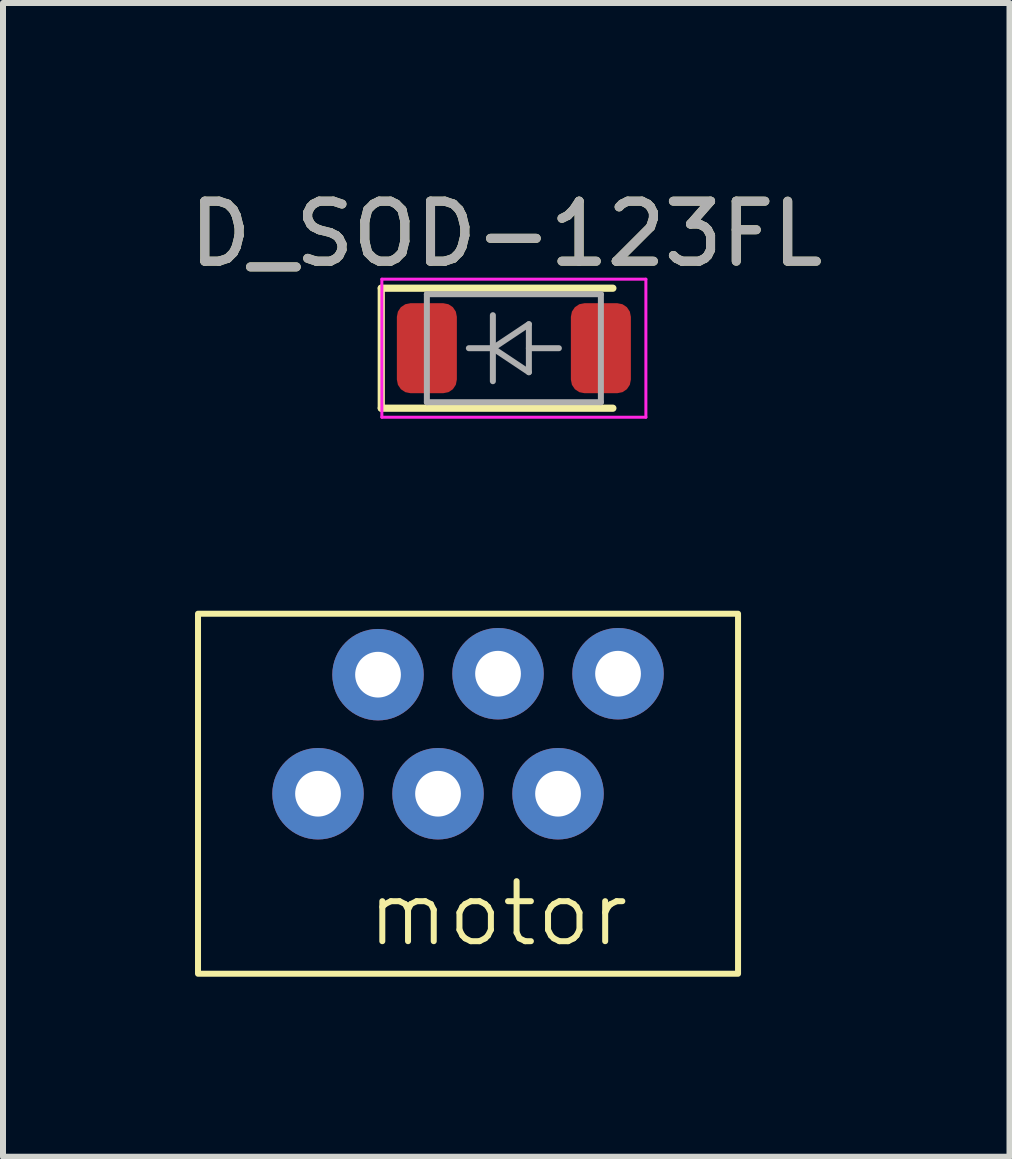
<source format=kicad_pcb>
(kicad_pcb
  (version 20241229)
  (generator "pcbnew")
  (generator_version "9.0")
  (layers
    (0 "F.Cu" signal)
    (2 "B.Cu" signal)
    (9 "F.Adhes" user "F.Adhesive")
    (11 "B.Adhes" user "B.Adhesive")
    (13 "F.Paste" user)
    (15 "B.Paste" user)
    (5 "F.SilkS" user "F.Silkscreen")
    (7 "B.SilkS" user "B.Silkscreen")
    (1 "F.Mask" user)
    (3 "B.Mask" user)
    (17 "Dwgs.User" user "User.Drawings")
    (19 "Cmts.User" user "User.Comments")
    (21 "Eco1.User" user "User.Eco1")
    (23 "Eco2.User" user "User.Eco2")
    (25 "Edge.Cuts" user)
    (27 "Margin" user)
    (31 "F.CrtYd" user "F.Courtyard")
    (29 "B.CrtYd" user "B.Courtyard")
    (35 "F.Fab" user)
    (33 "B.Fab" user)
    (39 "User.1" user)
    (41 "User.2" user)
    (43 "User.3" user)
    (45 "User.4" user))
  (footprint "motor"
    (layer "F.Cu")
    (at 0.25 7.178)
    (property "Reference" "motor" (at 5 5 0) (unlocked yes) (layer "F.SilkS") (effects (font (size 1 1) (thickness 0.1))))
    (attr through_hole)
    (fp_rect (start 0 0) (end 9 6) (stroke (width 0.1) (type default)) (fill no) (layer "F.SilkS"))
    (pad "1" thru_hole circle (at 2 3) (size 1.524 1.524) (drill 0.762) (layers "*.Cu" "*.Mask"))
    (pad "2" thru_hole circle (at 3 1.016) (size 1.524 1.524) (drill 0.762) (layers "*.Cu" "*.Mask"))
    (pad "3" thru_hole circle (at 4 3) (size 1.524 1.524) (drill 0.762) (layers "*.Cu" "*.Mask"))
    (pad "4" thru_hole circle (at 5 1) (size 1.524 1.524) (drill 0.762) (layers "*.Cu" "*.Mask"))
    (pad "5" thru_hole circle (at 6 3) (size 1.524 1.524) (drill 0.762) (layers "*.Cu" "*.Mask"))
    (pad "6" thru_hole circle (at 7 1) (size 1.524 1.524) (drill 0.762) (layers "*.Cu" "*.Mask")))
  (footprint "D_SOD-123FL"
    (layer "F.Cu")
    (at 5.514 2.753)
    (property "Reference" "D_SOD-123FL" (at -0.127 -1.905 0) (layer "F.SilkS") (effects (font (size 1 1) (thickness 0.15))))
    (attr smd)
    (fp_line (start -2.21 -1) (end -2.21 1) (stroke (width 0.12) (type solid)) (layer "F.SilkS"))
    (fp_line (start -2.21 -1) (end 1.65 -1) (stroke (width 0.12) (type solid)) (layer "F.SilkS"))
    (fp_line (start -2.21 1) (end 1.65 1) (stroke (width 0.12) (type solid)) (layer "F.SilkS"))
    (fp_line (start -2.2 -1.15) (end -2.2 1.15) (stroke (width 0.05) (type solid)) (layer "F.CrtYd"))
    (fp_line (start -2.2 -1.15) (end 2.2 -1.15) (stroke (width 0.05) (type solid)) (layer "F.CrtYd"))
    (fp_line (start 2.2 -1.15) (end 2.2 1.15) (stroke (width 0.05) (type solid)) (layer "F.CrtYd"))
    (fp_line (start 2.2 1.15) (end -2.2 1.15) (stroke (width 0.05) (type solid)) (layer "F.CrtYd"))
    (fp_line (start -1.45 -0.9) (end 1.45 -0.9) (stroke (width 0.1) (type solid)) (layer "F.Fab"))
    (fp_line (start -1.45 0.9) (end -1.45 -0.9) (stroke (width 0.1) (type solid)) (layer "F.Fab"))
    (fp_line (start -0.75 0) (end -0.35 0) (stroke (width 0.1) (type solid)) (layer "F.Fab"))
    (fp_line (start -0.35 0) (end -0.35 -0.55) (stroke (width 0.1) (type solid)) (layer "F.Fab"))
    (fp_line (start -0.35 0) (end -0.35 0.55) (stroke (width 0.1) (type solid)) (layer "F.Fab"))
    (fp_line (start -0.35 0) (end 0.25 -0.4) (stroke (width 0.1) (type solid)) (layer "F.Fab"))
    (fp_line (start 0.25 -0.4) (end 0.25 0.4) (stroke (width 0.1) (type solid)) (layer "F.Fab"))
    (fp_line (start 0.25 0) (end 0.75 0) (stroke (width 0.1) (type solid)) (layer "F.Fab"))
    (fp_line (start 0.25 0.4) (end -0.35 0) (stroke (width 0.1) (type solid)) (layer "F.Fab"))
    (fp_line (start 1.45 -0.9) (end 1.45 0.9) (stroke (width 0.1) (type solid)) (layer "F.Fab"))
    (fp_line (start 1.45 0.9) (end -1.45 0.9) (stroke (width 0.1) (type solid)) (layer "F.Fab"))
    (fp_text user "${REFERENCE}" (at -0.127 -1.905 0) (layer "F.Fab") (effects (font (size 1 1) (thickness 0.15))))
    (pad "1" smd roundrect (at -1.45 0) (size 1 1.5) (layers "F.Cu" "F.Mask" "F.Paste") (roundrect_rratio 0.227))
    (pad "2" smd roundrect (at 1.45 0) (size 1 1.5) (layers "F.Cu" "F.Mask" "F.Paste") (roundrect_rratio 0.227)))
  (gr_rect
    (start -3 -3)
    (end 13.774 16.228)
    (stroke (width 0.1) (type default))
    (fill no)
    (layer "Edge.Cuts")))
</source>
